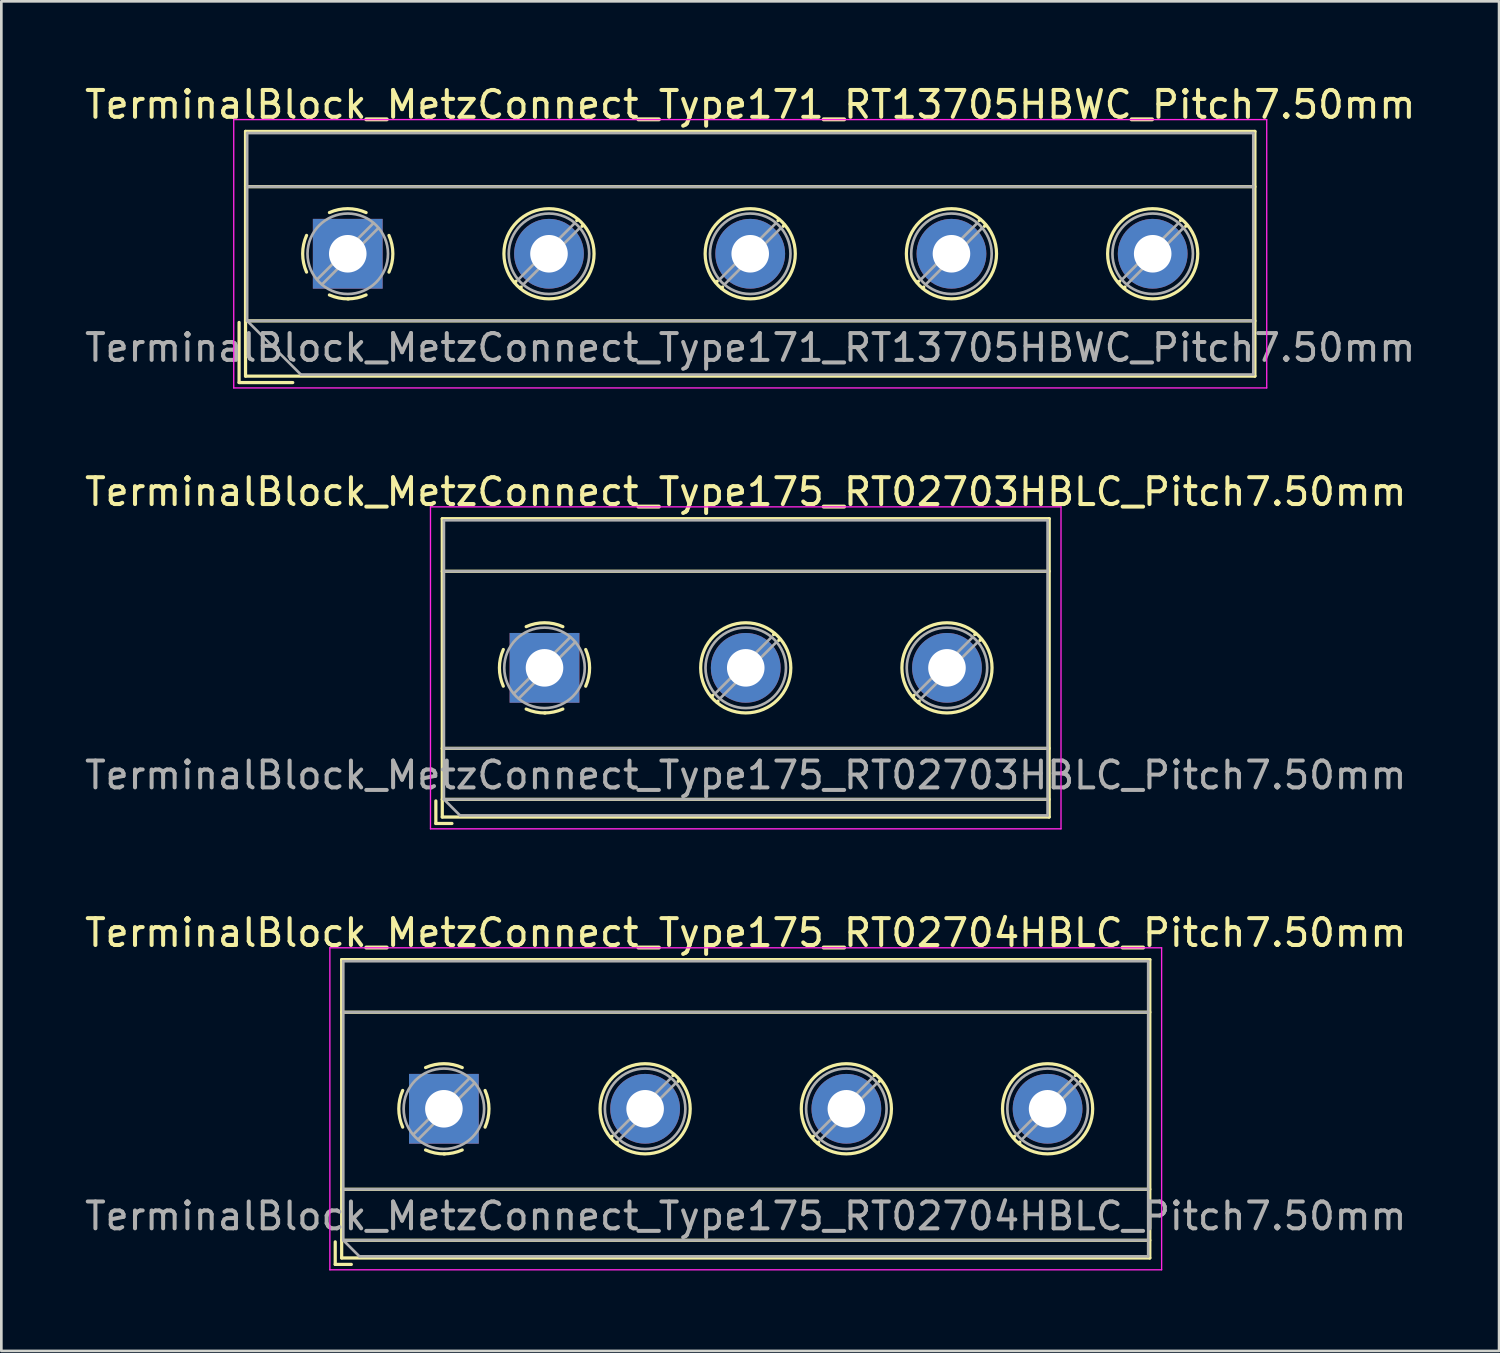
<source format=kicad_pcb>
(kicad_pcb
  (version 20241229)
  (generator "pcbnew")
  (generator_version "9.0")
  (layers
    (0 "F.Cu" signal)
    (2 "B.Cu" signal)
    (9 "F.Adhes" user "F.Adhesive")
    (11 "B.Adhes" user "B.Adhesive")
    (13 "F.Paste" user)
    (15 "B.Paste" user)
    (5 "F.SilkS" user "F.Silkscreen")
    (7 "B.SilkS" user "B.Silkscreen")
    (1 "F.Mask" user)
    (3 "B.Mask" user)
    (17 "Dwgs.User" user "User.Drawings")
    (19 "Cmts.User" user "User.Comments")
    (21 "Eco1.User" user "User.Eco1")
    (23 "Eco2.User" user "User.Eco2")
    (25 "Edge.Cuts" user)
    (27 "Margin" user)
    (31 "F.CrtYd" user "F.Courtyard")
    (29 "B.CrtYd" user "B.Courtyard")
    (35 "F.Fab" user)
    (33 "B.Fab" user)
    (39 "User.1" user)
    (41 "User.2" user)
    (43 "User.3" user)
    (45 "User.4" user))
  (footprint "TerminalBlock_MetzConnect_Type171_RT13705HBWC_Pitch7.50mm"
    (layer "F.Cu")
    (at 9.911 6.408)
    (property "Reference" "TerminalBlock_MetzConnect_Type171_RT13705HBWC_Pitch7.50mm" (at 15 -5.56 0) (layer "F.SilkS") (effects (font (size 1 1) (thickness 0.15))))
    (attr through_hole)
    (fp_line (start -4.05 2.56) (end -4.05 4.8) (stroke (width 0.12) (type solid)) (layer "F.SilkS"))
    (fp_line (start -4.05 4.8) (end -2.05 4.8) (stroke (width 0.12) (type solid)) (layer "F.SilkS"))
    (fp_line (start -3.81 -4.56) (end -3.81 4.56) (stroke (width 0.12) (type solid)) (layer "F.SilkS"))
    (fp_line (start -3.81 -2.5) (end 33.81 -2.5) (stroke (width 0.12) (type solid)) (layer "F.SilkS"))
    (fp_line (start -3.81 2.5) (end 33.81 2.5) (stroke (width 0.12) (type solid)) (layer "F.SilkS"))
    (fp_line (start -3.81 4.56) (end 33.81 4.56) (stroke (width 0.12) (type solid)) (layer "F.SilkS"))
    (fp_line (start 6.273 1.023) (end 6.226 1.069) (stroke (width 0.12) (type solid)) (layer "F.SilkS"))
    (fp_line (start 6.466 1.239) (end 6.431 1.274) (stroke (width 0.12) (type solid)) (layer "F.SilkS"))
    (fp_line (start 8.57 -1.275) (end 8.535 -1.239) (stroke (width 0.12) (type solid)) (layer "F.SilkS"))
    (fp_line (start 8.775 -1.069) (end 8.728 -1.023) (stroke (width 0.12) (type solid)) (layer "F.SilkS"))
    (fp_line (start 13.773 1.023) (end 13.726 1.069) (stroke (width 0.12) (type solid)) (layer "F.SilkS"))
    (fp_line (start 13.966 1.239) (end 13.931 1.274) (stroke (width 0.12) (type solid)) (layer "F.SilkS"))
    (fp_line (start 16.07 -1.275) (end 16.035 -1.239) (stroke (width 0.12) (type solid)) (layer "F.SilkS"))
    (fp_line (start 16.275 -1.069) (end 16.228 -1.023) (stroke (width 0.12) (type solid)) (layer "F.SilkS"))
    (fp_line (start 21.273 1.023) (end 21.226 1.069) (stroke (width 0.12) (type solid)) (layer "F.SilkS"))
    (fp_line (start 21.466 1.239) (end 21.431 1.274) (stroke (width 0.12) (type solid)) (layer "F.SilkS"))
    (fp_line (start 23.57 -1.275) (end 23.535 -1.239) (stroke (width 0.12) (type solid)) (layer "F.SilkS"))
    (fp_line (start 23.775 -1.069) (end 23.728 -1.023) (stroke (width 0.12) (type solid)) (layer "F.SilkS"))
    (fp_line (start 28.773 1.023) (end 28.726 1.069) (stroke (width 0.12) (type solid)) (layer "F.SilkS"))
    (fp_line (start 28.966 1.239) (end 28.931 1.274) (stroke (width 0.12) (type solid)) (layer "F.SilkS"))
    (fp_line (start 31.07 -1.275) (end 31.035 -1.239) (stroke (width 0.12) (type solid)) (layer "F.SilkS"))
    (fp_line (start 31.275 -1.069) (end 31.228 -1.023) (stroke (width 0.12) (type solid)) (layer "F.SilkS"))
    (fp_line (start 33.81 -4.56) (end -3.81 -4.56) (stroke (width 0.12) (type solid)) (layer "F.SilkS"))
    (fp_line (start 33.81 4.56) (end 33.81 -4.56) (stroke (width 0.12) (type solid)) (layer "F.SilkS"))
    (fp_arc (start -1.535427 0.683042) (mid -1.680501 -0.000524) (end -1.535 -0.684) (stroke (width 0.12) (type solid)) (layer "F.SilkS"))
    (fp_arc (start -0.683042 -1.535427) (mid 0.000524 -1.680501) (end 0.684 -1.535) (stroke (width 0.12) (type solid)) (layer "F.SilkS"))
    (fp_arc (start 0.028805 1.680253) (mid -0.335551 1.646659) (end -0.684 1.535) (stroke (width 0.12) (type solid)) (layer "F.SilkS"))
    (fp_arc (start 0.683318 1.534756) (mid 0.349292 1.643288) (end 0 1.68) (stroke (width 0.12) (type solid)) (layer "F.SilkS"))
    (fp_arc (start 1.535427 -0.683042) (mid 1.680501 0.000524) (end 1.535 0.684) (stroke (width 0.12) (type solid)) (layer "F.SilkS"))
    (fp_circle (center 7.5 0) (end 9.18 0) (stroke (width 0.12) (type solid)) (fill no) (layer "F.SilkS"))
    (fp_circle (center 15 0) (end 16.68 0) (stroke (width 0.12) (type solid)) (fill no) (layer "F.SilkS"))
    (fp_circle (center 22.5 0) (end 24.18 0) (stroke (width 0.12) (type solid)) (fill no) (layer "F.SilkS"))
    (fp_circle (center 30 0) (end 31.68 0) (stroke (width 0.12) (type solid)) (fill no) (layer "F.SilkS"))
    (fp_line (start -4.25 -5) (end -4.25 5) (stroke (width 0.05) (type solid)) (layer "F.CrtYd"))
    (fp_line (start -4.25 5) (end 34.25 5) (stroke (width 0.05) (type solid)) (layer "F.CrtYd"))
    (fp_line (start 34.25 -5) (end -4.25 -5) (stroke (width 0.05) (type solid)) (layer "F.CrtYd"))
    (fp_line (start 34.25 5) (end 34.25 -5) (stroke (width 0.05) (type solid)) (layer "F.CrtYd"))
    (fp_line (start -3.75 -4.5) (end 33.75 -4.5) (stroke (width 0.1) (type solid)) (layer "F.Fab"))
    (fp_line (start -3.75 -2.5) (end 33.75 -2.5) (stroke (width 0.1) (type solid)) (layer "F.Fab"))
    (fp_line (start -3.75 2.5) (end -3.75 -4.5) (stroke (width 0.1) (type solid)) (layer "F.Fab"))
    (fp_line (start -3.75 2.5) (end 33.75 2.5) (stroke (width 0.1) (type solid)) (layer "F.Fab"))
    (fp_line (start -1.75 4.5) (end -3.75 2.5) (stroke (width 0.1) (type solid)) (layer "F.Fab"))
    (fp_line (start 0.955 -1.138) (end -1.138 0.955) (stroke (width 0.1) (type solid)) (layer "F.Fab"))
    (fp_line (start 1.138 -0.955) (end -0.955 1.138) (stroke (width 0.1) (type solid)) (layer "F.Fab"))
    (fp_line (start 8.455 -1.138) (end 6.363 0.955) (stroke (width 0.1) (type solid)) (layer "F.Fab"))
    (fp_line (start 8.638 -0.955) (end 6.546 1.138) (stroke (width 0.1) (type solid)) (layer "F.Fab"))
    (fp_line (start 15.955 -1.138) (end 13.863 0.955) (stroke (width 0.1) (type solid)) (layer "F.Fab"))
    (fp_line (start 16.138 -0.955) (end 14.046 1.138) (stroke (width 0.1) (type solid)) (layer "F.Fab"))
    (fp_line (start 23.455 -1.138) (end 21.363 0.955) (stroke (width 0.1) (type solid)) (layer "F.Fab"))
    (fp_line (start 23.638 -0.955) (end 21.546 1.138) (stroke (width 0.1) (type solid)) (layer "F.Fab"))
    (fp_line (start 30.955 -1.138) (end 28.863 0.955) (stroke (width 0.1) (type solid)) (layer "F.Fab"))
    (fp_line (start 31.138 -0.955) (end 29.046 1.138) (stroke (width 0.1) (type solid)) (layer "F.Fab"))
    (fp_line (start 33.75 -4.5) (end 33.75 4.5) (stroke (width 0.1) (type solid)) (layer "F.Fab"))
    (fp_line (start 33.75 4.5) (end -1.75 4.5) (stroke (width 0.1) (type solid)) (layer "F.Fab"))
    (fp_circle (center 0 0) (end 1.5 0) (stroke (width 0.1) (type solid)) (fill no) (layer "F.Fab"))
    (fp_circle (center 7.5 0) (end 9 0) (stroke (width 0.1) (type solid)) (fill no) (layer "F.Fab"))
    (fp_circle (center 15 0) (end 16.5 0) (stroke (width 0.1) (type solid)) (fill no) (layer "F.Fab"))
    (fp_circle (center 22.5 0) (end 24 0) (stroke (width 0.1) (type solid)) (fill no) (layer "F.Fab"))
    (fp_circle (center 30 0) (end 31.5 0) (stroke (width 0.1) (type solid)) (fill no) (layer "F.Fab"))
    (fp_text user "${REFERENCE}" (at 15 3.5 0) (layer "F.Fab") (effects (font (size 1 1) (thickness 0.15))))
    (pad "1" thru_hole rect (at 0 0) (size 2.6 2.6) (drill 1.4) (layers "*.Cu" "*.Mask"))
    (pad "2" thru_hole circle (at 7.5 0) (size 2.6 2.6) (drill 1.4) (layers "*.Cu" "*.Mask"))
    (pad "3" thru_hole circle (at 15 0) (size 2.6 2.6) (drill 1.4) (layers "*.Cu" "*.Mask"))
    (pad "4" thru_hole circle (at 22.5 0) (size 2.6 2.6) (drill 1.4) (layers "*.Cu" "*.Mask"))
    (pad "5" thru_hole circle (at 30 0) (size 2.6 2.6) (drill 1.4) (layers "*.Cu" "*.Mask")))
  (footprint "TerminalBlock_MetzConnect_Type175_RT02703HBLC_Pitch7.50mm"
    (layer "F.Cu")
    (at 17.244 21.841)
    (property "Reference" "TerminalBlock_MetzConnect_Type175_RT02703HBLC_Pitch7.50mm" (at 7.5 -6.56 0) (layer "F.SilkS") (effects (font (size 1 1) (thickness 0.15))))
    (attr through_hole)
    (fp_line (start -4.05 4.96) (end -4.05 5.8) (stroke (width 0.12) (type solid)) (layer "F.SilkS"))
    (fp_line (start -4.05 5.8) (end -3.45 5.8) (stroke (width 0.12) (type solid)) (layer "F.SilkS"))
    (fp_line (start -3.81 -5.56) (end -3.81 5.56) (stroke (width 0.12) (type solid)) (layer "F.SilkS"))
    (fp_line (start -3.81 -3.6) (end 18.81 -3.6) (stroke (width 0.12) (type solid)) (layer "F.SilkS"))
    (fp_line (start -3.81 3) (end 18.81 3) (stroke (width 0.12) (type solid)) (layer "F.SilkS"))
    (fp_line (start -3.81 4.9) (end 18.81 4.9) (stroke (width 0.12) (type solid)) (layer "F.SilkS"))
    (fp_line (start -3.81 5.56) (end 18.81 5.56) (stroke (width 0.12) (type solid)) (layer "F.SilkS"))
    (fp_line (start 6.273 1.023) (end 6.226 1.069) (stroke (width 0.12) (type solid)) (layer "F.SilkS"))
    (fp_line (start 6.466 1.239) (end 6.431 1.274) (stroke (width 0.12) (type solid)) (layer "F.SilkS"))
    (fp_line (start 8.57 -1.275) (end 8.535 -1.239) (stroke (width 0.12) (type solid)) (layer "F.SilkS"))
    (fp_line (start 8.775 -1.069) (end 8.728 -1.023) (stroke (width 0.12) (type solid)) (layer "F.SilkS"))
    (fp_line (start 13.773 1.023) (end 13.726 1.069) (stroke (width 0.12) (type solid)) (layer "F.SilkS"))
    (fp_line (start 13.966 1.239) (end 13.931 1.274) (stroke (width 0.12) (type solid)) (layer "F.SilkS"))
    (fp_line (start 16.07 -1.275) (end 16.035 -1.239) (stroke (width 0.12) (type solid)) (layer "F.SilkS"))
    (fp_line (start 16.275 -1.069) (end 16.228 -1.023) (stroke (width 0.12) (type solid)) (layer "F.SilkS"))
    (fp_line (start 18.81 -5.56) (end -3.81 -5.56) (stroke (width 0.12) (type solid)) (layer "F.SilkS"))
    (fp_line (start 18.81 5.56) (end 18.81 -5.56) (stroke (width 0.12) (type solid)) (layer "F.SilkS"))
    (fp_arc (start -1.535427 0.683042) (mid -1.680501 -0.000524) (end -1.535 -0.684) (stroke (width 0.12) (type solid)) (layer "F.SilkS"))
    (fp_arc (start -0.683042 -1.535427) (mid 0.000524 -1.680501) (end 0.684 -1.535) (stroke (width 0.12) (type solid)) (layer "F.SilkS"))
    (fp_arc (start 0.028805 1.680253) (mid -0.335551 1.646659) (end -0.684 1.535) (stroke (width 0.12) (type solid)) (layer "F.SilkS"))
    (fp_arc (start 0.683318 1.534756) (mid 0.349292 1.643288) (end 0 1.68) (stroke (width 0.12) (type solid)) (layer "F.SilkS"))
    (fp_arc (start 1.535427 -0.683042) (mid 1.680501 0.000524) (end 1.535 0.684) (stroke (width 0.12) (type solid)) (layer "F.SilkS"))
    (fp_circle (center 7.5 0) (end 9.18 0) (stroke (width 0.12) (type solid)) (fill no) (layer "F.SilkS"))
    (fp_circle (center 15 0) (end 16.68 0) (stroke (width 0.12) (type solid)) (fill no) (layer "F.SilkS"))
    (fp_line (start -4.25 -6) (end -4.25 6) (stroke (width 0.05) (type solid)) (layer "F.CrtYd"))
    (fp_line (start -4.25 6) (end 19.25 6) (stroke (width 0.05) (type solid)) (layer "F.CrtYd"))
    (fp_line (start 19.25 -6) (end -4.25 -6) (stroke (width 0.05) (type solid)) (layer "F.CrtYd"))
    (fp_line (start 19.25 6) (end 19.25 -6) (stroke (width 0.05) (type solid)) (layer "F.CrtYd"))
    (fp_line (start -3.75 -5.5) (end 18.75 -5.5) (stroke (width 0.1) (type solid)) (layer "F.Fab"))
    (fp_line (start -3.75 -3.6) (end 18.75 -3.6) (stroke (width 0.1) (type solid)) (layer "F.Fab"))
    (fp_line (start -3.75 3) (end 18.75 3) (stroke (width 0.1) (type solid)) (layer "F.Fab"))
    (fp_line (start -3.75 4.9) (end -3.75 -5.5) (stroke (width 0.1) (type solid)) (layer "F.Fab"))
    (fp_line (start -3.75 4.9) (end 18.75 4.9) (stroke (width 0.1) (type solid)) (layer "F.Fab"))
    (fp_line (start -3.15 5.5) (end -3.75 4.9) (stroke (width 0.1) (type solid)) (layer "F.Fab"))
    (fp_line (start 0.955 -1.138) (end -1.138 0.955) (stroke (width 0.1) (type solid)) (layer "F.Fab"))
    (fp_line (start 1.138 -0.955) (end -0.955 1.138) (stroke (width 0.1) (type solid)) (layer "F.Fab"))
    (fp_line (start 8.455 -1.138) (end 6.363 0.955) (stroke (width 0.1) (type solid)) (layer "F.Fab"))
    (fp_line (start 8.638 -0.955) (end 6.546 1.138) (stroke (width 0.1) (type solid)) (layer "F.Fab"))
    (fp_line (start 15.955 -1.138) (end 13.863 0.955) (stroke (width 0.1) (type solid)) (layer "F.Fab"))
    (fp_line (start 16.138 -0.955) (end 14.046 1.138) (stroke (width 0.1) (type solid)) (layer "F.Fab"))
    (fp_line (start 18.75 -5.5) (end 18.75 5.5) (stroke (width 0.1) (type solid)) (layer "F.Fab"))
    (fp_line (start 18.75 5.5) (end -3.15 5.5) (stroke (width 0.1) (type solid)) (layer "F.Fab"))
    (fp_circle (center 0 0) (end 1.5 0) (stroke (width 0.1) (type solid)) (fill no) (layer "F.Fab"))
    (fp_circle (center 7.5 0) (end 9 0) (stroke (width 0.1) (type solid)) (fill no) (layer "F.Fab"))
    (fp_circle (center 15 0) (end 16.5 0) (stroke (width 0.1) (type solid)) (fill no) (layer "F.Fab"))
    (fp_text user "${REFERENCE}" (at 7.5 4 0) (layer "F.Fab") (effects (font (size 1 1) (thickness 0.15))))
    (pad "1" thru_hole rect (at 0 0) (size 2.6 2.6) (drill 1.4) (layers "*.Cu" "*.Mask"))
    (pad "2" thru_hole circle (at 7.5 0) (size 2.6 2.6) (drill 1.4) (layers "*.Cu" "*.Mask"))
    (pad "3" thru_hole circle (at 15 0) (size 2.6 2.6) (drill 1.4) (layers "*.Cu" "*.Mask")))
  (footprint "TerminalBlock_MetzConnect_Type175_RT02704HBLC_Pitch7.50mm"
    (layer "F.Cu")
    (at 13.494 38.275)
    (property "Reference" "TerminalBlock_MetzConnect_Type175_RT02704HBLC_Pitch7.50mm" (at 11.25 -6.56 0) (layer "F.SilkS") (effects (font (size 1 1) (thickness 0.15))))
    (attr through_hole)
    (fp_line (start -4.05 4.96) (end -4.05 5.8) (stroke (width 0.12) (type solid)) (layer "F.SilkS"))
    (fp_line (start -4.05 5.8) (end -3.45 5.8) (stroke (width 0.12) (type solid)) (layer "F.SilkS"))
    (fp_line (start -3.81 -5.56) (end -3.81 5.56) (stroke (width 0.12) (type solid)) (layer "F.SilkS"))
    (fp_line (start -3.81 -3.6) (end 26.31 -3.6) (stroke (width 0.12) (type solid)) (layer "F.SilkS"))
    (fp_line (start -3.81 3) (end 26.31 3) (stroke (width 0.12) (type solid)) (layer "F.SilkS"))
    (fp_line (start -3.81 4.9) (end 26.31 4.9) (stroke (width 0.12) (type solid)) (layer "F.SilkS"))
    (fp_line (start -3.81 5.56) (end 26.31 5.56) (stroke (width 0.12) (type solid)) (layer "F.SilkS"))
    (fp_line (start 6.273 1.023) (end 6.226 1.069) (stroke (width 0.12) (type solid)) (layer "F.SilkS"))
    (fp_line (start 6.466 1.239) (end 6.431 1.274) (stroke (width 0.12) (type solid)) (layer "F.SilkS"))
    (fp_line (start 8.57 -1.275) (end 8.535 -1.239) (stroke (width 0.12) (type solid)) (layer "F.SilkS"))
    (fp_line (start 8.775 -1.069) (end 8.728 -1.023) (stroke (width 0.12) (type solid)) (layer "F.SilkS"))
    (fp_line (start 13.773 1.023) (end 13.726 1.069) (stroke (width 0.12) (type solid)) (layer "F.SilkS"))
    (fp_line (start 13.966 1.239) (end 13.931 1.274) (stroke (width 0.12) (type solid)) (layer "F.SilkS"))
    (fp_line (start 16.07 -1.275) (end 16.035 -1.239) (stroke (width 0.12) (type solid)) (layer "F.SilkS"))
    (fp_line (start 16.275 -1.069) (end 16.228 -1.023) (stroke (width 0.12) (type solid)) (layer "F.SilkS"))
    (fp_line (start 21.273 1.023) (end 21.226 1.069) (stroke (width 0.12) (type solid)) (layer "F.SilkS"))
    (fp_line (start 21.466 1.239) (end 21.431 1.274) (stroke (width 0.12) (type solid)) (layer "F.SilkS"))
    (fp_line (start 23.57 -1.275) (end 23.535 -1.239) (stroke (width 0.12) (type solid)) (layer "F.SilkS"))
    (fp_line (start 23.775 -1.069) (end 23.728 -1.023) (stroke (width 0.12) (type solid)) (layer "F.SilkS"))
    (fp_line (start 26.31 -5.56) (end -3.81 -5.56) (stroke (width 0.12) (type solid)) (layer "F.SilkS"))
    (fp_line (start 26.31 5.56) (end 26.31 -5.56) (stroke (width 0.12) (type solid)) (layer "F.SilkS"))
    (fp_arc (start -1.535427 0.683042) (mid -1.680501 -0.000524) (end -1.535 -0.684) (stroke (width 0.12) (type solid)) (layer "F.SilkS"))
    (fp_arc (start -0.683042 -1.535427) (mid 0.000524 -1.680501) (end 0.684 -1.535) (stroke (width 0.12) (type solid)) (layer "F.SilkS"))
    (fp_arc (start 0.028805 1.680253) (mid -0.335551 1.646659) (end -0.684 1.535) (stroke (width 0.12) (type solid)) (layer "F.SilkS"))
    (fp_arc (start 0.683318 1.534756) (mid 0.349292 1.643288) (end 0 1.68) (stroke (width 0.12) (type solid)) (layer "F.SilkS"))
    (fp_arc (start 1.535427 -0.683042) (mid 1.680501 0.000524) (end 1.535 0.684) (stroke (width 0.12) (type solid)) (layer "F.SilkS"))
    (fp_circle (center 7.5 0) (end 9.18 0) (stroke (width 0.12) (type solid)) (fill no) (layer "F.SilkS"))
    (fp_circle (center 15 0) (end 16.68 0) (stroke (width 0.12) (type solid)) (fill no) (layer "F.SilkS"))
    (fp_circle (center 22.5 0) (end 24.18 0) (stroke (width 0.12) (type solid)) (fill no) (layer "F.SilkS"))
    (fp_line (start -4.25 -6) (end -4.25 6) (stroke (width 0.05) (type solid)) (layer "F.CrtYd"))
    (fp_line (start -4.25 6) (end 26.75 6) (stroke (width 0.05) (type solid)) (layer "F.CrtYd"))
    (fp_line (start 26.75 -6) (end -4.25 -6) (stroke (width 0.05) (type solid)) (layer "F.CrtYd"))
    (fp_line (start 26.75 6) (end 26.75 -6) (stroke (width 0.05) (type solid)) (layer "F.CrtYd"))
    (fp_line (start -3.75 -5.5) (end 26.25 -5.5) (stroke (width 0.1) (type solid)) (layer "F.Fab"))
    (fp_line (start -3.75 -3.6) (end 26.25 -3.6) (stroke (width 0.1) (type solid)) (layer "F.Fab"))
    (fp_line (start -3.75 3) (end 26.25 3) (stroke (width 0.1) (type solid)) (layer "F.Fab"))
    (fp_line (start -3.75 4.9) (end -3.75 -5.5) (stroke (width 0.1) (type solid)) (layer "F.Fab"))
    (fp_line (start -3.75 4.9) (end 26.25 4.9) (stroke (width 0.1) (type solid)) (layer "F.Fab"))
    (fp_line (start -3.15 5.5) (end -3.75 4.9) (stroke (width 0.1) (type solid)) (layer "F.Fab"))
    (fp_line (start 0.955 -1.138) (end -1.138 0.955) (stroke (width 0.1) (type solid)) (layer "F.Fab"))
    (fp_line (start 1.138 -0.955) (end -0.955 1.138) (stroke (width 0.1) (type solid)) (layer "F.Fab"))
    (fp_line (start 8.455 -1.138) (end 6.363 0.955) (stroke (width 0.1) (type solid)) (layer "F.Fab"))
    (fp_line (start 8.638 -0.955) (end 6.546 1.138) (stroke (width 0.1) (type solid)) (layer "F.Fab"))
    (fp_line (start 15.955 -1.138) (end 13.863 0.955) (stroke (width 0.1) (type solid)) (layer "F.Fab"))
    (fp_line (start 16.138 -0.955) (end 14.046 1.138) (stroke (width 0.1) (type solid)) (layer "F.Fab"))
    (fp_line (start 23.455 -1.138) (end 21.363 0.955) (stroke (width 0.1) (type solid)) (layer "F.Fab"))
    (fp_line (start 23.638 -0.955) (end 21.546 1.138) (stroke (width 0.1) (type solid)) (layer "F.Fab"))
    (fp_line (start 26.25 -5.5) (end 26.25 5.5) (stroke (width 0.1) (type solid)) (layer "F.Fab"))
    (fp_line (start 26.25 5.5) (end -3.15 5.5) (stroke (width 0.1) (type solid)) (layer "F.Fab"))
    (fp_circle (center 0 0) (end 1.5 0) (stroke (width 0.1) (type solid)) (fill no) (layer "F.Fab"))
    (fp_circle (center 7.5 0) (end 9 0) (stroke (width 0.1) (type solid)) (fill no) (layer "F.Fab"))
    (fp_circle (center 15 0) (end 16.5 0) (stroke (width 0.1) (type solid)) (fill no) (layer "F.Fab"))
    (fp_circle (center 22.5 0) (end 24 0) (stroke (width 0.1) (type solid)) (fill no) (layer "F.Fab"))
    (fp_text user "${REFERENCE}" (at 11.25 4 0) (layer "F.Fab") (effects (font (size 1 1) (thickness 0.15))))
    (pad "1" thru_hole rect (at 0 0) (size 2.6 2.6) (drill 1.4) (layers "*.Cu" "*.Mask"))
    (pad "2" thru_hole circle (at 7.5 0) (size 2.6 2.6) (drill 1.4) (layers "*.Cu" "*.Mask"))
    (pad "3" thru_hole circle (at 15 0) (size 2.6 2.6) (drill 1.4) (layers "*.Cu" "*.Mask"))
    (pad "4" thru_hole circle (at 22.5 0) (size 2.6 2.6) (drill 1.4) (layers "*.Cu" "*.Mask")))
  (gr_rect
    (start -3 -3)
    (end 52.821 47.3)
    (stroke (width 0.1) (type default))
    (fill no)
    (layer "Edge.Cuts")))
</source>
